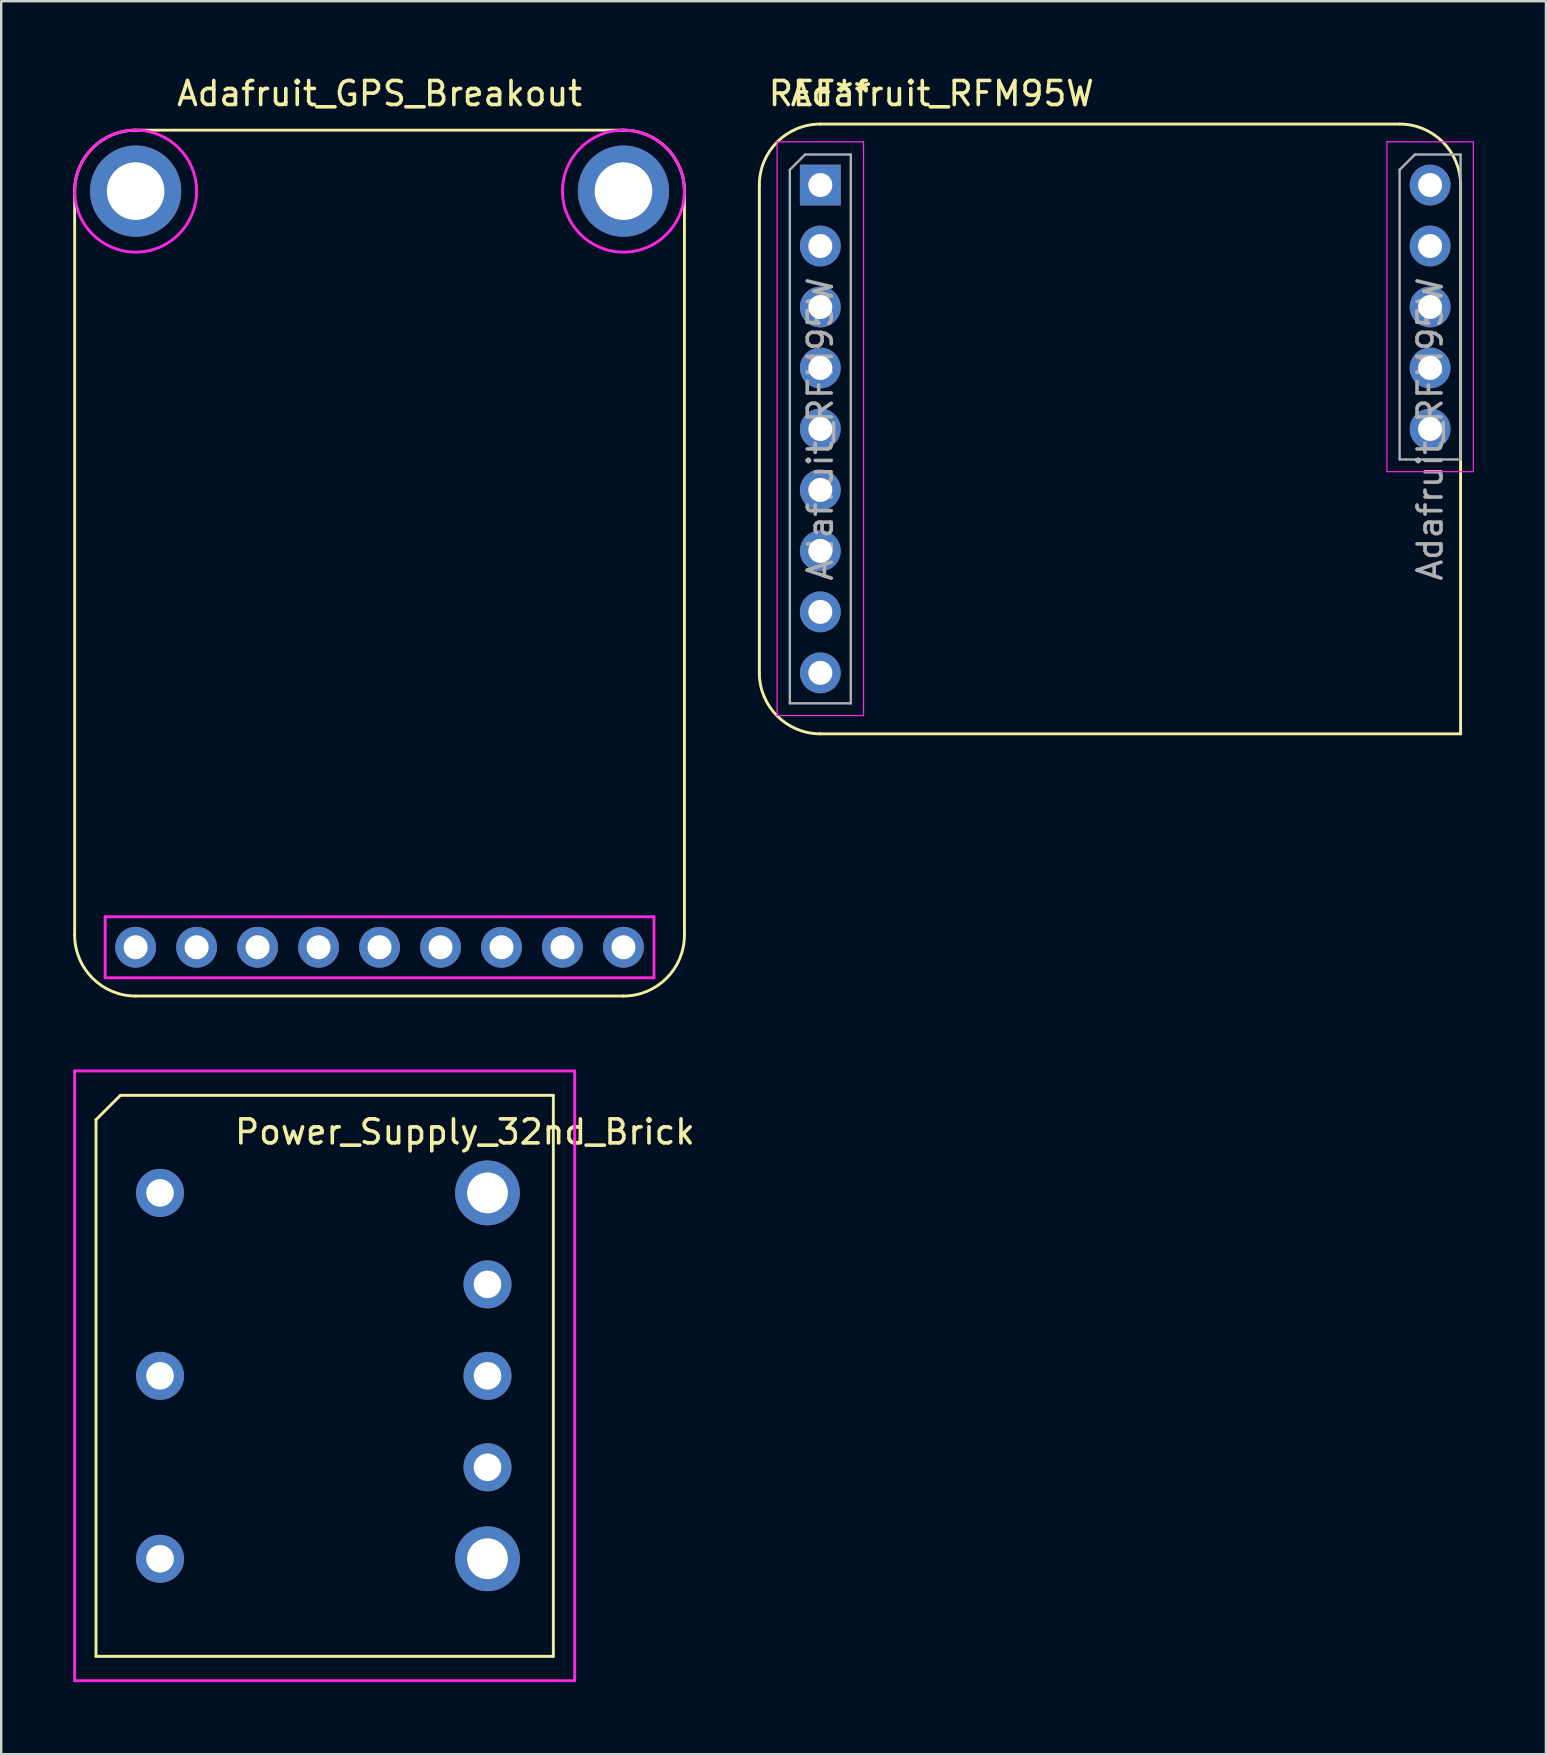
<source format=kicad_pcb>
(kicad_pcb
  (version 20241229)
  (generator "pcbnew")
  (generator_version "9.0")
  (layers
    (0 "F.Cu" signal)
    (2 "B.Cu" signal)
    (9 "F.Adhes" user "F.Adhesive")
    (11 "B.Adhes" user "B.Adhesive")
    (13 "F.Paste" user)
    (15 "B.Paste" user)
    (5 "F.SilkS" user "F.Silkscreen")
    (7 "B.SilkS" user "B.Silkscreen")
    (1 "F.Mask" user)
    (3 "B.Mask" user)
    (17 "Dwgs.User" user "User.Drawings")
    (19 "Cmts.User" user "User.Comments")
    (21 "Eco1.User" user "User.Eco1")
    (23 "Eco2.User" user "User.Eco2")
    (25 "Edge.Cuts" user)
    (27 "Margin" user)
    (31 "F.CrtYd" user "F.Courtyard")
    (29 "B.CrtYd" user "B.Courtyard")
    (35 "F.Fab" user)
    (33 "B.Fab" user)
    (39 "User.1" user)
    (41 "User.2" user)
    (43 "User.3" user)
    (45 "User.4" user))
  (footprint "Adafruit_GPS_Breakout"
    (layer "F.Cu")
    (at 12.76 36.408)
    (property "Reference" "Adafruit_GPS_Breakout" (at 0 -35.56 0) (layer "F.SilkS") (effects (font (size 1 1) (thickness 0.15))))
    (attr through_hole)
    (fp_line (start -12.7 -31.496) (end -12.7 -0.508) (stroke (width 0.12) (type solid)) (layer "F.SilkS"))
    (fp_line (start -10.16 2.032) (end 10.16 2.032) (stroke (width 0.12) (type solid)) (layer "F.SilkS"))
    (fp_line (start 10.16 -34.036) (end -10.16 -34.036) (stroke (width 0.12) (type solid)) (layer "F.SilkS"))
    (fp_line (start 12.7 -0.508) (end 12.7 -31.496) (stroke (width 0.12) (type solid)) (layer "F.SilkS"))
    (fp_arc (start -12.7 -31.496) (mid -11.956051 -33.292051) (end -10.16 -34.036) (stroke (width 0.12) (type solid)) (layer "F.SilkS"))
    (fp_arc (start -10.16 2.032) (mid -11.956051 1.288051) (end -12.7 -0.508) (stroke (width 0.12) (type solid)) (layer "F.SilkS"))
    (fp_arc (start 10.16 -34.036) (mid 11.956051 -33.292051) (end 12.7 -31.496) (stroke (width 0.12) (type solid)) (layer "F.SilkS"))
    (fp_arc (start 12.7 -0.508) (mid 11.956051 1.288051) (end 10.16 2.032) (stroke (width 0.12) (type solid)) (layer "F.SilkS"))
    (fp_line (start -11.43 -1.27) (end -11.43 1.27) (stroke (width 0.12) (type solid)) (layer "F.CrtYd"))
    (fp_line (start -11.43 1.27) (end 11.43 1.27) (stroke (width 0.12) (type solid)) (layer "F.CrtYd"))
    (fp_line (start 11.43 -1.27) (end -11.43 -1.27) (stroke (width 0.12) (type solid)) (layer "F.CrtYd"))
    (fp_line (start 11.43 1.27) (end 11.43 -1.27) (stroke (width 0.12) (type solid)) (layer "F.CrtYd"))
    (fp_circle (center -10.16 -31.496) (end -10.16 -34.036) (stroke (width 0.12) (type solid)) (fill no) (layer "F.CrtYd"))
    (fp_circle (center 10.16 -31.496) (end 10.16 -34.036) (stroke (width 0.12) (type solid)) (fill no) (layer "F.CrtYd"))
    (pad "" np_thru_hole circle (at -10.16 -31.496) (size 3.8 3.8) (drill 2.4) (layers "*.Cu" "*.Mask"))
    (pad "" np_thru_hole circle (at 10.16 -31.496) (size 3.8 3.8) (drill 2.4) (layers "*.Cu" "*.Mask"))
    (pad "1" thru_hole circle (at -10.16 0) (size 1.7 1.7) (drill 1) (layers "*.Cu" "*.Mask"))
    (pad "2" thru_hole circle (at -7.62 0) (size 1.7 1.7) (drill 1) (layers "*.Cu" "*.Mask"))
    (pad "3" thru_hole circle (at -5.08 0) (size 1.7 1.7) (drill 1) (layers "*.Cu" "*.Mask"))
    (pad "4" thru_hole circle (at -2.54 0) (size 1.7 1.7) (drill 1) (layers "*.Cu" "*.Mask"))
    (pad "5" thru_hole circle (at 0 0) (size 1.7 1.7) (drill 1) (layers "*.Cu" "*.Mask"))
    (pad "6" thru_hole circle (at 2.54 0) (size 1.7 1.7) (drill 1) (layers "*.Cu" "*.Mask"))
    (pad "7" thru_hole circle (at 5.08 0) (size 1.7 1.7) (drill 1) (layers "*.Cu" "*.Mask"))
    (pad "8" thru_hole circle (at 7.62 0) (size 1.7 1.7) (drill 1) (layers "*.Cu" "*.Mask"))
    (pad "9" thru_hole circle (at 10.16 0) (size 1.7 1.7) (drill 1) (layers "*.Cu" "*.Mask")))
  (footprint "Power_Supply_32nd_Brick"
    (layer "F.Cu")
    (at 3.616 46.64)
    (property "Reference" "Power_Supply_32nd_Brick" (at 12.7 -2.54 0) (layer "F.SilkS") (effects (font (size 1 1) (thickness 0.15))))
    (attr through_hole)
    (fp_line (start -2.667 -3.048) (end -1.651 -4.064) (stroke (width 0.12) (type solid)) (layer "F.SilkS"))
    (fp_line (start -2.667 19.304) (end -2.667 -3.048) (stroke (width 0.12) (type solid)) (layer "F.SilkS"))
    (fp_line (start -1.651 -4.064) (end 16.383 -4.064) (stroke (width 0.12) (type solid)) (layer "F.SilkS"))
    (fp_line (start 16.383 -4.064) (end 16.383 19.304) (stroke (width 0.12) (type solid)) (layer "F.SilkS"))
    (fp_line (start 16.383 19.304) (end -2.667 19.304) (stroke (width 0.12) (type solid)) (layer "F.SilkS"))
    (fp_line (start -3.556 -5.08) (end -3.556 20.32) (stroke (width 0.12) (type solid)) (layer "F.CrtYd"))
    (fp_line (start -3.556 20.32) (end 17.272 20.32) (stroke (width 0.12) (type solid)) (layer "F.CrtYd"))
    (fp_line (start 17.272 -5.08) (end -3.556 -5.08) (stroke (width 0.12) (type solid)) (layer "F.CrtYd"))
    (fp_line (start 17.272 20.32) (end 17.272 -5.08) (stroke (width 0.12) (type solid)) (layer "F.CrtYd"))
    (pad "1" thru_hole circle (at 0 0) (size 2 2) (drill 1.15) (layers "*.Cu" "*.Mask"))
    (pad "2" thru_hole circle (at 0 7.62) (size 2 2) (drill 1.15) (layers "*.Cu" "*.Mask"))
    (pad "3" thru_hole circle (at 0 15.24) (size 2 2) (drill 1.15) (layers "*.Cu" "*.Mask"))
    (pad "4" thru_hole circle (at 13.64 15.24) (size 2.7 2.7) (drill 1.7) (layers "*.Cu" "*.Mask"))
    (pad "5" thru_hole circle (at 13.64 11.43) (size 2 2) (drill 1.15) (layers "*.Cu" "*.Mask"))
    (pad "6" thru_hole circle (at 13.64 7.62) (size 2 2) (drill 1.15) (layers "*.Cu" "*.Mask"))
    (pad "7" thru_hole circle (at 13.64 3.81) (size 2 2) (drill 1.15) (layers "*.Cu" "*.Mask"))
    (pad "8" thru_hole circle (at 13.64 0) (size 2.7 2.7) (drill 1.7) (layers "*.Cu" "*.Mask")))
  (footprint "Adafruit_RFM95W"
    (layer "F.Cu")
    (at 31.12 4.658)
    (property "Reference" "Adafruit_RFM95W" (at 5.08 -3.81 0) (layer "F.SilkS") (effects (font (size 1 1) (thickness 0.15))))
    (attr through_hole)
    (fp_line (start -2.54 0) (end -2.54 20.32) (stroke (width 0.12) (type solid)) (layer "F.SilkS"))
    (fp_line (start 0 22.86) (end 26.67 22.86) (stroke (width 0.12) (type solid)) (layer "F.SilkS"))
    (fp_line (start 24.13 -2.54) (end 0 -2.54) (stroke (width 0.12) (type solid)) (layer "F.SilkS"))
    (fp_line (start 26.67 22.86) (end 26.67 0) (stroke (width 0.12) (type solid)) (layer "F.SilkS"))
    (fp_arc (start -2.54 0) (mid -1.796051 -1.796051) (end 0 -2.54) (stroke (width 0.12) (type solid)) (layer "F.SilkS"))
    (fp_arc (start 0 22.86) (mid -1.796051 22.116051) (end -2.54 20.32) (stroke (width 0.12) (type solid)) (layer "F.SilkS"))
    (fp_arc (start 24.13 -2.54) (mid 25.926051 -1.796051) (end 26.67 0) (stroke (width 0.12) (type solid)) (layer "F.SilkS"))
    (fp_line (start -1.8 -1.8) (end -1.8 22.1) (stroke (width 0.05) (type solid)) (layer "F.CrtYd"))
    (fp_line (start -1.8 22.1) (end 1.8 22.1) (stroke (width 0.05) (type solid)) (layer "F.CrtYd"))
    (fp_line (start 1.8 -1.8) (end -1.8 -1.8) (stroke (width 0.05) (type solid)) (layer "F.CrtYd"))
    (fp_line (start 1.8 22.1) (end 1.8 -1.8) (stroke (width 0.05) (type solid)) (layer "F.CrtYd"))
    (fp_line (start 23.6 -1.8) (end 23.6 11.94) (stroke (width 0.05) (type solid)) (layer "F.CrtYd"))
    (fp_line (start 23.6 11.94) (end 27.2 11.94) (stroke (width 0.05) (type solid)) (layer "F.CrtYd"))
    (fp_line (start 27.2 -1.8) (end 23.6 -1.8) (stroke (width 0.05) (type solid)) (layer "F.CrtYd"))
    (fp_line (start 27.2 11.94) (end 27.2 -1.8) (stroke (width 0.05) (type solid)) (layer "F.CrtYd"))
    (fp_line (start -1.27 -0.635) (end -0.635 -1.27) (stroke (width 0.1) (type solid)) (layer "F.Fab"))
    (fp_line (start -1.27 21.59) (end -1.27 -0.635) (stroke (width 0.1) (type solid)) (layer "F.Fab"))
    (fp_line (start -0.635 -1.27) (end 1.27 -1.27) (stroke (width 0.1) (type solid)) (layer "F.Fab"))
    (fp_line (start 1.27 -1.27) (end 1.27 21.59) (stroke (width 0.1) (type solid)) (layer "F.Fab"))
    (fp_line (start 1.27 21.59) (end -1.27 21.59) (stroke (width 0.1) (type solid)) (layer "F.Fab"))
    (fp_line (start 24.13 -0.635) (end 24.765 -1.27) (stroke (width 0.1) (type solid)) (layer "F.Fab"))
    (fp_line (start 24.13 11.43) (end 24.13 -0.635) (stroke (width 0.1) (type solid)) (layer "F.Fab"))
    (fp_line (start 24.765 -1.27) (end 26.67 -1.27) (stroke (width 0.1) (type solid)) (layer "F.Fab"))
    (fp_line (start 26.67 -1.27) (end 26.67 11.43) (stroke (width 0.1) (type solid)) (layer "F.Fab"))
    (fp_line (start 26.67 11.43) (end 24.13 11.43) (stroke (width 0.1) (type solid)) (layer "F.Fab"))
    (fp_text user "REF**" (at 0 -3.81 0) (layer "F.SilkS") (effects (font (size 1 1) (thickness 0.15))))
    (fp_text user "${REFERENCE}" (at 25.4 10.16 90) (layer "F.Fab") (effects (font (size 1 1) (thickness 0.15))))
    (fp_text user "${REFERENCE}" (at 0 10.16 90) (layer "F.Fab") (effects (font (size 1 1) (thickness 0.15))))
    (pad "1" thru_hole rect (at 0 0) (size 1.7 1.7) (drill 1) (layers "*.Cu" "*.Mask"))
    (pad "2" thru_hole oval (at 0 2.54) (size 1.7 1.7) (drill 1) (layers "*.Cu" "*.Mask"))
    (pad "3" thru_hole oval (at 0 5.08) (size 1.7 1.7) (drill 1) (layers "*.Cu" "*.Mask"))
    (pad "4" thru_hole oval (at 0 7.62) (size 1.7 1.7) (drill 1) (layers "*.Cu" "*.Mask"))
    (pad "5" thru_hole oval (at 0 10.16) (size 1.7 1.7) (drill 1) (layers "*.Cu" "*.Mask"))
    (pad "6" thru_hole oval (at 0 12.7) (size 1.7 1.7) (drill 1) (layers "*.Cu" "*.Mask"))
    (pad "7" thru_hole oval (at 0 15.24) (size 1.7 1.7) (drill 1) (layers "*.Cu" "*.Mask"))
    (pad "8" thru_hole oval (at 0 17.78) (size 1.7 1.7) (drill 1) (layers "*.Cu" "*.Mask"))
    (pad "9" thru_hole oval (at 0 20.32) (size 1.7 1.7) (drill 1) (layers "*.Cu" "*.Mask"))
    (pad "11" thru_hole circle (at 25.4 10.16) (size 1.7 1.7) (drill 1) (layers "*.Cu" "*.Mask"))
    (pad "12" thru_hole circle (at 25.4 7.62) (size 1.7 1.7) (drill 1) (layers "*.Cu" "*.Mask"))
    (pad "13" thru_hole circle (at 25.4 5.08) (size 1.7 1.7) (drill 1) (layers "*.Cu" "*.Mask"))
    (pad "14" thru_hole circle (at 25.4 2.54) (size 1.7 1.7) (drill 1) (layers "*.Cu" "*.Mask"))
    (pad "15" thru_hole circle (at 25.4 0) (size 1.7 1.7) (drill 1) (layers "*.Cu" "*.Mask")))
  (gr_rect
    (start -3 -3)
    (end 61.345 70.02)
    (stroke (width 0.1) (type default))
    (fill no)
    (layer "Edge.Cuts")))
</source>
